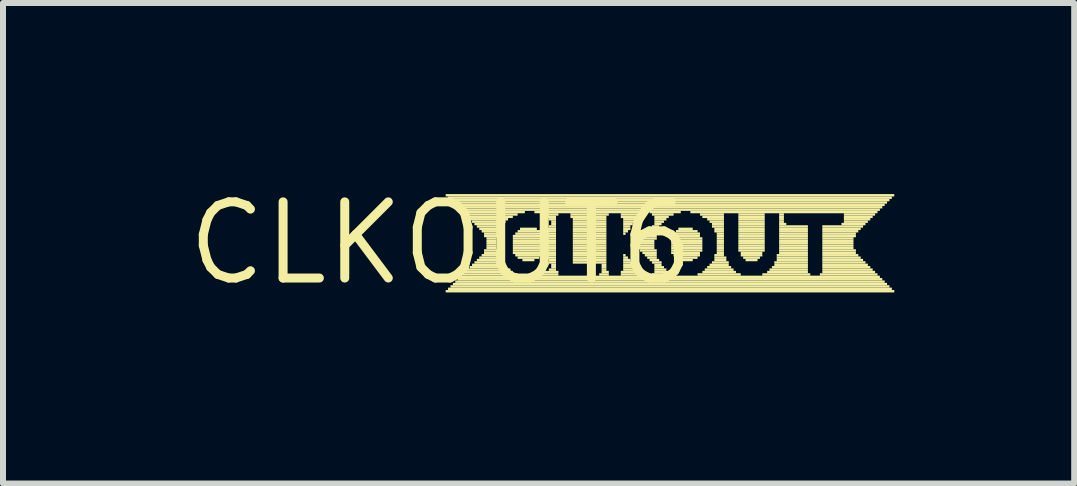
<source format=kicad_pcb>
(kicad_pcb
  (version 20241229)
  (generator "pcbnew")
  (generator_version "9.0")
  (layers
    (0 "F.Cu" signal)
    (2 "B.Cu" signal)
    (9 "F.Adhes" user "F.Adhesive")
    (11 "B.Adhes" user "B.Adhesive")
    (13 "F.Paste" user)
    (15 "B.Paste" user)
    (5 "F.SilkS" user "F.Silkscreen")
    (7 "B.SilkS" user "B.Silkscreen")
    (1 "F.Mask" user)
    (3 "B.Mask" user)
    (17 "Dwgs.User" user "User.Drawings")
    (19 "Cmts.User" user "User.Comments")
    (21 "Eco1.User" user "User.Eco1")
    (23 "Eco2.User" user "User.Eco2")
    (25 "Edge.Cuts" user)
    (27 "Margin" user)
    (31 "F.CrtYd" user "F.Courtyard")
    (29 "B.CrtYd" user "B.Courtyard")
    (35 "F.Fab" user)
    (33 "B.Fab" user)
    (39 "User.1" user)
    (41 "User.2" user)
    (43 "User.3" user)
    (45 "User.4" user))
  (footprint "CLKOUT6"
    (layer "F.Cu")
    (at 4.301 1.006)
    (property "Reference" "CLKOUT6" (at 0 0 0) (layer "F.SilkS") (effects (font (size 1.27 1.27) (thickness 0.15))))
    (fp_poly (pts (xy 0.08 -0.78) (xy 7.56 -0.78) (xy 7.56 -0.82) (xy 0.08 -0.82)) (stroke (width 0) (type default)) (fill yes) (layer "F.SilkS"))
    (fp_poly (pts (xy 0.08 0.82) (xy 7.56 0.82) (xy 7.56 0.78) (xy 0.08 0.78)) (stroke (width 0) (type default)) (fill yes) (layer "F.SilkS"))
    (fp_poly (pts (xy 0.12 -0.74) (xy 7.52 -0.74) (xy 7.52 -0.78) (xy 0.12 -0.78)) (stroke (width 0) (type default)) (fill yes) (layer "F.SilkS"))
    (fp_poly (pts (xy 0.12 0.78) (xy 7.52 0.78) (xy 7.52 0.74) (xy 0.12 0.74)) (stroke (width 0) (type default)) (fill yes) (layer "F.SilkS"))
    (fp_poly (pts (xy 0.16 -0.7) (xy 7.48 -0.7) (xy 7.48 -0.74) (xy 0.16 -0.74)) (stroke (width 0) (type default)) (fill yes) (layer "F.SilkS"))
    (fp_poly (pts (xy 0.16 0.74) (xy 7.48 0.74) (xy 7.48 0.7) (xy 0.16 0.7)) (stroke (width 0) (type default)) (fill yes) (layer "F.SilkS"))
    (fp_poly (pts (xy 0.2 -0.66) (xy 7.44 -0.66) (xy 7.44 -0.7) (xy 0.2 -0.7)) (stroke (width 0) (type default)) (fill yes) (layer "F.SilkS"))
    (fp_poly (pts (xy 0.2 0.7) (xy 7.44 0.7) (xy 7.44 0.66) (xy 0.2 0.66)) (stroke (width 0) (type default)) (fill yes) (layer "F.SilkS"))
    (fp_poly (pts (xy 0.24 -0.62) (xy 7.4 -0.62) (xy 7.4 -0.66) (xy 0.24 -0.66)) (stroke (width 0) (type default)) (fill yes) (layer "F.SilkS"))
    (fp_poly (pts (xy 0.24 0.66) (xy 7.4 0.66) (xy 7.4 0.62) (xy 0.24 0.62)) (stroke (width 0) (type default)) (fill yes) (layer "F.SilkS"))
    (fp_poly (pts (xy 0.28 -0.58) (xy 7.36 -0.58) (xy 7.36 -0.62) (xy 0.28 -0.62)) (stroke (width 0) (type default)) (fill yes) (layer "F.SilkS"))
    (fp_poly (pts (xy 0.28 0.62) (xy 7.36 0.62) (xy 7.36 0.58) (xy 0.28 0.58)) (stroke (width 0) (type default)) (fill yes) (layer "F.SilkS"))
    (fp_poly (pts (xy 0.32 -0.54) (xy 7.32 -0.54) (xy 7.32 -0.58) (xy 0.32 -0.58)) (stroke (width 0) (type default)) (fill yes) (layer "F.SilkS"))
    (fp_poly (pts (xy 0.32 0.58) (xy 7.32 0.58) (xy 7.32 0.54) (xy 0.32 0.54)) (stroke (width 0) (type default)) (fill yes) (layer "F.SilkS"))
    (fp_poly (pts (xy 0.36 -0.5) (xy 1.4 -0.5) (xy 1.4 -0.54) (xy 0.36 -0.54)) (stroke (width 0) (type default)) (fill yes) (layer "F.SilkS"))
    (fp_poly (pts (xy 0.36 0.54) (xy 1.28 0.54) (xy 1.28 0.5) (xy 0.36 0.5)) (stroke (width 0) (type default)) (fill yes) (layer "F.SilkS"))
    (fp_poly (pts (xy 0.4 -0.46) (xy 1.28 -0.46) (xy 1.28 -0.5) (xy 0.4 -0.5)) (stroke (width 0) (type default)) (fill yes) (layer "F.SilkS"))
    (fp_poly (pts (xy 0.4 0.5) (xy 1.2 0.5) (xy 1.2 0.46) (xy 0.4 0.46)) (stroke (width 0) (type default)) (fill yes) (layer "F.SilkS"))
    (fp_poly (pts (xy 0.44 -0.42) (xy 1.2 -0.42) (xy 1.2 -0.46) (xy 0.44 -0.46)) (stroke (width 0) (type default)) (fill yes) (layer "F.SilkS"))
    (fp_poly (pts (xy 0.44 0.46) (xy 1.16 0.46) (xy 1.16 0.42) (xy 0.44 0.42)) (stroke (width 0) (type default)) (fill yes) (layer "F.SilkS"))
    (fp_poly (pts (xy 0.48 -0.38) (xy 1.12 -0.38) (xy 1.12 -0.42) (xy 0.48 -0.42)) (stroke (width 0) (type default)) (fill yes) (layer "F.SilkS"))
    (fp_poly (pts (xy 0.48 0.42) (xy 1.08 0.42) (xy 1.08 0.38) (xy 0.48 0.38)) (stroke (width 0) (type default)) (fill yes) (layer "F.SilkS"))
    (fp_poly (pts (xy 0.52 -0.34) (xy 1.08 -0.34) (xy 1.08 -0.38) (xy 0.52 -0.38)) (stroke (width 0) (type default)) (fill yes) (layer "F.SilkS"))
    (fp_poly (pts (xy 0.52 0.38) (xy 1.04 0.38) (xy 1.04 0.34) (xy 0.52 0.34)) (stroke (width 0) (type default)) (fill yes) (layer "F.SilkS"))
    (fp_poly (pts (xy 0.56 -0.3) (xy 1.04 -0.3) (xy 1.04 -0.34) (xy 0.56 -0.34)) (stroke (width 0) (type default)) (fill yes) (layer "F.SilkS"))
    (fp_poly (pts (xy 0.56 0.34) (xy 1.04 0.34) (xy 1.04 0.3) (xy 0.56 0.3)) (stroke (width 0) (type default)) (fill yes) (layer "F.SilkS"))
    (fp_poly (pts (xy 0.6 -0.26) (xy 1 -0.26) (xy 1 -0.3) (xy 0.6 -0.3)) (stroke (width 0) (type default)) (fill yes) (layer "F.SilkS"))
    (fp_poly (pts (xy 0.6 0.3) (xy 1 0.3) (xy 1 0.26) (xy 0.6 0.26)) (stroke (width 0) (type default)) (fill yes) (layer "F.SilkS"))
    (fp_poly (pts (xy 0.64 -0.22) (xy 1 -0.22) (xy 1 -0.26) (xy 0.64 -0.26)) (stroke (width 0) (type default)) (fill yes) (layer "F.SilkS"))
    (fp_poly (pts (xy 0.64 0.26) (xy 1 0.26) (xy 1 0.22) (xy 0.64 0.22)) (stroke (width 0) (type default)) (fill yes) (layer "F.SilkS"))
    (fp_poly (pts (xy 0.68 -0.18) (xy 0.96 -0.18) (xy 0.96 -0.22) (xy 0.68 -0.22)) (stroke (width 0) (type default)) (fill yes) (layer "F.SilkS"))
    (fp_poly (pts (xy 0.68 0.22) (xy 0.96 0.22) (xy 0.96 0.18) (xy 0.68 0.18)) (stroke (width 0) (type default)) (fill yes) (layer "F.SilkS"))
    (fp_poly (pts (xy 0.72 -0.14) (xy 0.96 -0.14) (xy 0.96 -0.18) (xy 0.72 -0.18)) (stroke (width 0) (type default)) (fill yes) (layer "F.SilkS"))
    (fp_poly (pts (xy 0.72 -0.1) (xy 0.96 -0.1) (xy 0.96 -0.14) (xy 0.72 -0.14)) (stroke (width 0) (type default)) (fill yes) (layer "F.SilkS"))
    (fp_poly (pts (xy 0.72 0.14) (xy 0.96 0.14) (xy 0.96 0.1) (xy 0.72 0.1)) (stroke (width 0) (type default)) (fill yes) (layer "F.SilkS"))
    (fp_poly (pts (xy 0.72 0.18) (xy 0.96 0.18) (xy 0.96 0.14) (xy 0.72 0.14)) (stroke (width 0) (type default)) (fill yes) (layer "F.SilkS"))
    (fp_poly (pts (xy 0.76 -0.06) (xy 0.92 -0.06) (xy 0.92 -0.1) (xy 0.76 -0.1)) (stroke (width 0) (type default)) (fill yes) (layer "F.SilkS"))
    (fp_poly (pts (xy 0.76 -0.02) (xy 0.92 -0.02) (xy 0.92 -0.06) (xy 0.76 -0.06)) (stroke (width 0) (type default)) (fill yes) (layer "F.SilkS"))
    (fp_poly (pts (xy 0.76 0.02) (xy 0.92 0.02) (xy 0.92 -0.02) (xy 0.76 -0.02)) (stroke (width 0) (type default)) (fill yes) (layer "F.SilkS"))
    (fp_poly (pts (xy 0.76 0.06) (xy 0.92 0.06) (xy 0.92 0.02) (xy 0.76 0.02)) (stroke (width 0) (type default)) (fill yes) (layer "F.SilkS"))
    (fp_poly (pts (xy 0.76 0.1) (xy 0.92 0.1) (xy 0.92 0.06) (xy 0.76 0.06)) (stroke (width 0) (type default)) (fill yes) (layer "F.SilkS"))
    (fp_poly (pts (xy 1.2 -0.1) (xy 1.92 -0.1) (xy 1.92 -0.14) (xy 1.2 -0.14)) (stroke (width 0) (type default)) (fill yes) (layer "F.SilkS"))
    (fp_poly (pts (xy 1.2 -0.06) (xy 1.92 -0.06) (xy 1.92 -0.1) (xy 1.2 -0.1)) (stroke (width 0) (type default)) (fill yes) (layer "F.SilkS"))
    (fp_poly (pts (xy 1.2 -0.02) (xy 1.92 -0.02) (xy 1.92 -0.06) (xy 1.2 -0.06)) (stroke (width 0) (type default)) (fill yes) (layer "F.SilkS"))
    (fp_poly (pts (xy 1.2 0.02) (xy 1.92 0.02) (xy 1.92 -0.02) (xy 1.2 -0.02)) (stroke (width 0) (type default)) (fill yes) (layer "F.SilkS"))
    (fp_poly (pts (xy 1.2 0.06) (xy 1.92 0.06) (xy 1.92 0.02) (xy 1.2 0.02)) (stroke (width 0) (type default)) (fill yes) (layer "F.SilkS"))
    (fp_poly (pts (xy 1.2 0.1) (xy 1.92 0.1) (xy 1.92 0.06) (xy 1.2 0.06)) (stroke (width 0) (type default)) (fill yes) (layer "F.SilkS"))
    (fp_poly (pts (xy 1.2 0.14) (xy 1.92 0.14) (xy 1.92 0.1) (xy 1.2 0.1)) (stroke (width 0) (type default)) (fill yes) (layer "F.SilkS"))
    (fp_poly (pts (xy 1.2 0.18) (xy 1.92 0.18) (xy 1.92 0.14) (xy 1.2 0.14)) (stroke (width 0) (type default)) (fill yes) (layer "F.SilkS"))
    (fp_poly (pts (xy 1.24 -0.14) (xy 1.92 -0.14) (xy 1.92 -0.18) (xy 1.24 -0.18)) (stroke (width 0) (type default)) (fill yes) (layer "F.SilkS"))
    (fp_poly (pts (xy 1.24 0.22) (xy 1.92 0.22) (xy 1.92 0.18) (xy 1.24 0.18)) (stroke (width 0) (type default)) (fill yes) (layer "F.SilkS"))
    (fp_poly (pts (xy 1.28 -0.18) (xy 1.68 -0.18) (xy 1.68 -0.22) (xy 1.28 -0.22)) (stroke (width 0) (type default)) (fill yes) (layer "F.SilkS"))
    (fp_poly (pts (xy 1.28 0.26) (xy 1.64 0.26) (xy 1.64 0.22) (xy 1.28 0.22)) (stroke (width 0) (type default)) (fill yes) (layer "F.SilkS"))
    (fp_poly (pts (xy 1.32 -0.22) (xy 1.6 -0.22) (xy 1.6 -0.26) (xy 1.32 -0.26)) (stroke (width 0) (type default)) (fill yes) (layer "F.SilkS"))
    (fp_poly (pts (xy 1.36 0.3) (xy 1.56 0.3) (xy 1.56 0.26) (xy 1.36 0.26)) (stroke (width 0) (type default)) (fill yes) (layer "F.SilkS"))
    (fp_poly (pts (xy 1.56 -0.5) (xy 3.4 -0.5) (xy 3.4 -0.54) (xy 1.56 -0.54)) (stroke (width 0) (type default)) (fill yes) (layer "F.SilkS"))
    (fp_poly (pts (xy 1.64 0.54) (xy 1.96 0.54) (xy 1.96 0.5) (xy 1.64 0.5)) (stroke (width 0) (type default)) (fill yes) (layer "F.SilkS"))
    (fp_poly (pts (xy 1.68 -0.46) (xy 1.96 -0.46) (xy 1.96 -0.5) (xy 1.68 -0.5)) (stroke (width 0) (type default)) (fill yes) (layer "F.SilkS"))
    (fp_poly (pts (xy 1.72 -0.18) (xy 1.92 -0.18) (xy 1.92 -0.22) (xy 1.72 -0.22)) (stroke (width 0) (type default)) (fill yes) (layer "F.SilkS"))
    (fp_poly (pts (xy 1.72 0.5) (xy 1.96 0.5) (xy 1.96 0.46) (xy 1.72 0.46)) (stroke (width 0) (type default)) (fill yes) (layer "F.SilkS"))
    (fp_poly (pts (xy 1.76 -0.42) (xy 1.92 -0.42) (xy 1.92 -0.46) (xy 1.76 -0.46)) (stroke (width 0) (type default)) (fill yes) (layer "F.SilkS"))
    (fp_poly (pts (xy 1.76 -0.22) (xy 1.92 -0.22) (xy 1.92 -0.26) (xy 1.76 -0.26)) (stroke (width 0) (type default)) (fill yes) (layer "F.SilkS"))
    (fp_poly (pts (xy 1.76 0.26) (xy 1.92 0.26) (xy 1.92 0.22) (xy 1.76 0.22)) (stroke (width 0) (type default)) (fill yes) (layer "F.SilkS"))
    (fp_poly (pts (xy 1.8 -0.38) (xy 1.92 -0.38) (xy 1.92 -0.42) (xy 1.8 -0.42)) (stroke (width 0) (type default)) (fill yes) (layer "F.SilkS"))
    (fp_poly (pts (xy 1.8 -0.26) (xy 1.92 -0.26) (xy 1.92 -0.3) (xy 1.8 -0.3)) (stroke (width 0) (type default)) (fill yes) (layer "F.SilkS"))
    (fp_poly (pts (xy 1.8 0.3) (xy 1.92 0.3) (xy 1.92 0.26) (xy 1.8 0.26)) (stroke (width 0) (type default)) (fill yes) (layer "F.SilkS"))
    (fp_poly (pts (xy 1.8 0.34) (xy 1.92 0.34) (xy 1.92 0.3) (xy 1.8 0.3)) (stroke (width 0) (type default)) (fill yes) (layer "F.SilkS"))
    (fp_poly (pts (xy 1.8 0.46) (xy 1.92 0.46) (xy 1.92 0.42) (xy 1.8 0.42)) (stroke (width 0) (type default)) (fill yes) (layer "F.SilkS"))
    (fp_poly (pts (xy 1.84 -0.34) (xy 1.92 -0.34) (xy 1.92 -0.38) (xy 1.84 -0.38)) (stroke (width 0) (type default)) (fill yes) (layer "F.SilkS"))
    (fp_poly (pts (xy 1.84 -0.3) (xy 1.92 -0.3) (xy 1.92 -0.34) (xy 1.84 -0.34)) (stroke (width 0) (type default)) (fill yes) (layer "F.SilkS"))
    (fp_poly (pts (xy 1.84 0.38) (xy 1.92 0.38) (xy 1.92 0.34) (xy 1.84 0.34)) (stroke (width 0) (type default)) (fill yes) (layer "F.SilkS"))
    (fp_poly (pts (xy 1.84 0.42) (xy 1.92 0.42) (xy 1.92 0.38) (xy 1.84 0.38)) (stroke (width 0) (type default)) (fill yes) (layer "F.SilkS"))
    (fp_poly (pts (xy 2.16 -0.46) (xy 2.8 -0.46) (xy 2.8 -0.5) (xy 2.16 -0.5)) (stroke (width 0) (type default)) (fill yes) (layer "F.SilkS"))
    (fp_poly (pts (xy 2.16 -0.42) (xy 2.76 -0.42) (xy 2.76 -0.46) (xy 2.16 -0.46)) (stroke (width 0) (type default)) (fill yes) (layer "F.SilkS"))
    (fp_poly (pts (xy 2.2 -0.38) (xy 2.76 -0.38) (xy 2.76 -0.42) (xy 2.2 -0.42)) (stroke (width 0) (type default)) (fill yes) (layer "F.SilkS"))
    (fp_poly (pts (xy 2.2 -0.34) (xy 2.76 -0.34) (xy 2.76 -0.38) (xy 2.2 -0.38)) (stroke (width 0) (type default)) (fill yes) (layer "F.SilkS"))
    (fp_poly (pts (xy 2.2 -0.3) (xy 2.76 -0.3) (xy 2.76 -0.34) (xy 2.2 -0.34)) (stroke (width 0) (type default)) (fill yes) (layer "F.SilkS"))
    (fp_poly (pts (xy 2.2 -0.26) (xy 2.76 -0.26) (xy 2.76 -0.3) (xy 2.2 -0.3)) (stroke (width 0) (type default)) (fill yes) (layer "F.SilkS"))
    (fp_poly (pts (xy 2.2 -0.22) (xy 2.76 -0.22) (xy 2.76 -0.26) (xy 2.2 -0.26)) (stroke (width 0) (type default)) (fill yes) (layer "F.SilkS"))
    (fp_poly (pts (xy 2.2 -0.18) (xy 2.76 -0.18) (xy 2.76 -0.22) (xy 2.2 -0.22)) (stroke (width 0) (type default)) (fill yes) (layer "F.SilkS"))
    (fp_poly (pts (xy 2.2 -0.14) (xy 2.76 -0.14) (xy 2.76 -0.18) (xy 2.2 -0.18)) (stroke (width 0) (type default)) (fill yes) (layer "F.SilkS"))
    (fp_poly (pts (xy 2.2 -0.1) (xy 2.76 -0.1) (xy 2.76 -0.14) (xy 2.2 -0.14)) (stroke (width 0) (type default)) (fill yes) (layer "F.SilkS"))
    (fp_poly (pts (xy 2.2 -0.06) (xy 2.76 -0.06) (xy 2.76 -0.1) (xy 2.2 -0.1)) (stroke (width 0) (type default)) (fill yes) (layer "F.SilkS"))
    (fp_poly (pts (xy 2.2 -0.02) (xy 2.76 -0.02) (xy 2.76 -0.06) (xy 2.2 -0.06)) (stroke (width 0) (type default)) (fill yes) (layer "F.SilkS"))
    (fp_poly (pts (xy 2.2 0.02) (xy 2.76 0.02) (xy 2.76 -0.02) (xy 2.2 -0.02)) (stroke (width 0) (type default)) (fill yes) (layer "F.SilkS"))
    (fp_poly (pts (xy 2.2 0.06) (xy 2.76 0.06) (xy 2.76 0.02) (xy 2.2 0.02)) (stroke (width 0) (type default)) (fill yes) (layer "F.SilkS"))
    (fp_poly (pts (xy 2.2 0.1) (xy 2.76 0.1) (xy 2.76 0.06) (xy 2.2 0.06)) (stroke (width 0) (type default)) (fill yes) (layer "F.SilkS"))
    (fp_poly (pts (xy 2.2 0.14) (xy 2.76 0.14) (xy 2.76 0.1) (xy 2.2 0.1)) (stroke (width 0) (type default)) (fill yes) (layer "F.SilkS"))
    (fp_poly (pts (xy 2.2 0.18) (xy 2.76 0.18) (xy 2.76 0.14) (xy 2.2 0.14)) (stroke (width 0) (type default)) (fill yes) (layer "F.SilkS"))
    (fp_poly (pts (xy 2.2 0.22) (xy 2.76 0.22) (xy 2.76 0.18) (xy 2.2 0.18)) (stroke (width 0) (type default)) (fill yes) (layer "F.SilkS"))
    (fp_poly (pts (xy 2.2 0.26) (xy 2.76 0.26) (xy 2.76 0.22) (xy 2.2 0.22)) (stroke (width 0) (type default)) (fill yes) (layer "F.SilkS"))
    (fp_poly (pts (xy 2.2 0.3) (xy 2.76 0.3) (xy 2.76 0.26) (xy 2.2 0.26)) (stroke (width 0) (type default)) (fill yes) (layer "F.SilkS"))
    (fp_poly (pts (xy 2.2 0.34) (xy 2.76 0.34) (xy 2.76 0.3) (xy 2.2 0.3)) (stroke (width 0) (type default)) (fill yes) (layer "F.SilkS"))
    (fp_poly (pts (xy 2.64 0.54) (xy 2.8 0.54) (xy 2.8 0.5) (xy 2.64 0.5)) (stroke (width 0) (type default)) (fill yes) (layer "F.SilkS"))
    (fp_poly (pts (xy 2.68 0.38) (xy 2.76 0.38) (xy 2.76 0.34) (xy 2.68 0.34)) (stroke (width 0) (type default)) (fill yes) (layer "F.SilkS"))
    (fp_poly (pts (xy 2.68 0.42) (xy 2.76 0.42) (xy 2.76 0.38) (xy 2.68 0.38)) (stroke (width 0) (type default)) (fill yes) (layer "F.SilkS"))
    (fp_poly (pts (xy 2.68 0.46) (xy 2.76 0.46) (xy 2.76 0.42) (xy 2.68 0.42)) (stroke (width 0) (type default)) (fill yes) (layer "F.SilkS"))
    (fp_poly (pts (xy 2.68 0.5) (xy 2.8 0.5) (xy 2.8 0.46) (xy 2.68 0.46)) (stroke (width 0) (type default)) (fill yes) (layer "F.SilkS"))
    (fp_poly (pts (xy 3 -0.46) (xy 3.36 -0.46) (xy 3.36 -0.5) (xy 3 -0.5)) (stroke (width 0) (type default)) (fill yes) (layer "F.SilkS"))
    (fp_poly (pts (xy 3 -0.42) (xy 3.32 -0.42) (xy 3.32 -0.46) (xy 3 -0.46)) (stroke (width 0) (type default)) (fill yes) (layer "F.SilkS"))
    (fp_poly (pts (xy 3 0.5) (xy 3.32 0.5) (xy 3.32 0.46) (xy 3 0.46)) (stroke (width 0) (type default)) (fill yes) (layer "F.SilkS"))
    (fp_poly (pts (xy 3 0.54) (xy 3.36 0.54) (xy 3.36 0.5) (xy 3 0.5)) (stroke (width 0) (type default)) (fill yes) (layer "F.SilkS"))
    (fp_poly (pts (xy 3.04 -0.38) (xy 3.28 -0.38) (xy 3.28 -0.42) (xy 3.04 -0.42)) (stroke (width 0) (type default)) (fill yes) (layer "F.SilkS"))
    (fp_poly (pts (xy 3.04 -0.34) (xy 3.24 -0.34) (xy 3.24 -0.38) (xy 3.04 -0.38)) (stroke (width 0) (type default)) (fill yes) (layer "F.SilkS"))
    (fp_poly (pts (xy 3.04 -0.3) (xy 3.2 -0.3) (xy 3.2 -0.34) (xy 3.04 -0.34)) (stroke (width 0) (type default)) (fill yes) (layer "F.SilkS"))
    (fp_poly (pts (xy 3.04 -0.26) (xy 3.16 -0.26) (xy 3.16 -0.3) (xy 3.04 -0.3)) (stroke (width 0) (type default)) (fill yes) (layer "F.SilkS"))
    (fp_poly (pts (xy 3.04 -0.22) (xy 3.16 -0.22) (xy 3.16 -0.26) (xy 3.04 -0.26)) (stroke (width 0) (type default)) (fill yes) (layer "F.SilkS"))
    (fp_poly (pts (xy 3.04 -0.18) (xy 3.12 -0.18) (xy 3.12 -0.22) (xy 3.04 -0.22)) (stroke (width 0) (type default)) (fill yes) (layer "F.SilkS"))
    (fp_poly (pts (xy 3.04 -0.14) (xy 3.08 -0.14) (xy 3.08 -0.18) (xy 3.04 -0.18)) (stroke (width 0) (type default)) (fill yes) (layer "F.SilkS"))
    (fp_poly (pts (xy 3.04 0.22) (xy 3.08 0.22) (xy 3.08 0.18) (xy 3.04 0.18)) (stroke (width 0) (type default)) (fill yes) (layer "F.SilkS"))
    (fp_poly (pts (xy 3.04 0.26) (xy 3.12 0.26) (xy 3.12 0.22) (xy 3.04 0.22)) (stroke (width 0) (type default)) (fill yes) (layer "F.SilkS"))
    (fp_poly (pts (xy 3.04 0.3) (xy 3.16 0.3) (xy 3.16 0.26) (xy 3.04 0.26)) (stroke (width 0) (type default)) (fill yes) (layer "F.SilkS"))
    (fp_poly (pts (xy 3.04 0.34) (xy 3.2 0.34) (xy 3.2 0.3) (xy 3.04 0.3)) (stroke (width 0) (type default)) (fill yes) (layer "F.SilkS"))
    (fp_poly (pts (xy 3.04 0.38) (xy 3.24 0.38) (xy 3.24 0.34) (xy 3.04 0.34)) (stroke (width 0) (type default)) (fill yes) (layer "F.SilkS"))
    (fp_poly (pts (xy 3.04 0.42) (xy 3.28 0.42) (xy 3.28 0.38) (xy 3.04 0.38)) (stroke (width 0) (type default)) (fill yes) (layer "F.SilkS"))
    (fp_poly (pts (xy 3.04 0.46) (xy 3.28 0.46) (xy 3.28 0.42) (xy 3.04 0.42)) (stroke (width 0) (type default)) (fill yes) (layer "F.SilkS"))
    (fp_poly (pts (xy 3.24 0.02) (xy 3.56 0.02) (xy 3.56 -0.02) (xy 3.24 -0.02)) (stroke (width 0) (type default)) (fill yes) (layer "F.SilkS"))
    (fp_poly (pts (xy 3.24 0.06) (xy 3.56 0.06) (xy 3.56 0.02) (xy 3.24 0.02)) (stroke (width 0) (type default)) (fill yes) (layer "F.SilkS"))
    (fp_poly (pts (xy 3.28 -0.02) (xy 3.56 -0.02) (xy 3.56 -0.06) (xy 3.28 -0.06)) (stroke (width 0) (type default)) (fill yes) (layer "F.SilkS"))
    (fp_poly (pts (xy 3.28 0.1) (xy 3.56 0.1) (xy 3.56 0.06) (xy 3.28 0.06)) (stroke (width 0) (type default)) (fill yes) (layer "F.SilkS"))
    (fp_poly (pts (xy 3.32 -0.06) (xy 3.6 -0.06) (xy 3.6 -0.1) (xy 3.32 -0.1)) (stroke (width 0) (type default)) (fill yes) (layer "F.SilkS"))
    (fp_poly (pts (xy 3.32 0.14) (xy 3.6 0.14) (xy 3.6 0.1) (xy 3.32 0.1)) (stroke (width 0) (type default)) (fill yes) (layer "F.SilkS"))
    (fp_poly (pts (xy 3.36 -0.1) (xy 3.6 -0.1) (xy 3.6 -0.14) (xy 3.36 -0.14)) (stroke (width 0) (type default)) (fill yes) (layer "F.SilkS"))
    (fp_poly (pts (xy 3.36 0.18) (xy 3.6 0.18) (xy 3.6 0.14) (xy 3.36 0.14)) (stroke (width 0) (type default)) (fill yes) (layer "F.SilkS"))
    (fp_poly (pts (xy 3.4 -0.14) (xy 3.6 -0.14) (xy 3.6 -0.18) (xy 3.4 -0.18)) (stroke (width 0) (type default)) (fill yes) (layer "F.SilkS"))
    (fp_poly (pts (xy 3.4 0.22) (xy 3.6 0.22) (xy 3.6 0.18) (xy 3.4 0.18)) (stroke (width 0) (type default)) (fill yes) (layer "F.SilkS"))
    (fp_poly (pts (xy 3.44 -0.18) (xy 3.6 -0.18) (xy 3.6 -0.22) (xy 3.44 -0.22)) (stroke (width 0) (type default)) (fill yes) (layer "F.SilkS"))
    (fp_poly (pts (xy 3.44 0.26) (xy 3.6 0.26) (xy 3.6 0.22) (xy 3.44 0.22)) (stroke (width 0) (type default)) (fill yes) (layer "F.SilkS"))
    (fp_poly (pts (xy 3.48 -0.5) (xy 4 -0.5) (xy 4 -0.54) (xy 3.48 -0.54)) (stroke (width 0) (type default)) (fill yes) (layer "F.SilkS"))
    (fp_poly (pts (xy 3.48 -0.22) (xy 3.64 -0.22) (xy 3.64 -0.26) (xy 3.48 -0.26)) (stroke (width 0) (type default)) (fill yes) (layer "F.SilkS"))
    (fp_poly (pts (xy 3.48 0.3) (xy 3.64 0.3) (xy 3.64 0.26) (xy 3.48 0.26)) (stroke (width 0) (type default)) (fill yes) (layer "F.SilkS"))
    (fp_poly (pts (xy 3.52 -0.46) (xy 3.88 -0.46) (xy 3.88 -0.5) (xy 3.52 -0.5)) (stroke (width 0) (type default)) (fill yes) (layer "F.SilkS"))
    (fp_poly (pts (xy 3.52 -0.26) (xy 3.64 -0.26) (xy 3.64 -0.3) (xy 3.52 -0.3)) (stroke (width 0) (type default)) (fill yes) (layer "F.SilkS"))
    (fp_poly (pts (xy 3.52 0.34) (xy 3.68 0.34) (xy 3.68 0.3) (xy 3.52 0.3)) (stroke (width 0) (type default)) (fill yes) (layer "F.SilkS"))
    (fp_poly (pts (xy 3.52 0.54) (xy 3.92 0.54) (xy 3.92 0.5) (xy 3.52 0.5)) (stroke (width 0) (type default)) (fill yes) (layer "F.SilkS"))
    (fp_poly (pts (xy 3.56 -0.42) (xy 3.8 -0.42) (xy 3.8 -0.46) (xy 3.56 -0.46)) (stroke (width 0) (type default)) (fill yes) (layer "F.SilkS"))
    (fp_poly (pts (xy 3.56 -0.38) (xy 3.76 -0.38) (xy 3.76 -0.42) (xy 3.56 -0.42)) (stroke (width 0) (type default)) (fill yes) (layer "F.SilkS"))
    (fp_poly (pts (xy 3.56 -0.34) (xy 3.72 -0.34) (xy 3.72 -0.38) (xy 3.56 -0.38)) (stroke (width 0) (type default)) (fill yes) (layer "F.SilkS"))
    (fp_poly (pts (xy 3.56 -0.3) (xy 3.68 -0.3) (xy 3.68 -0.34) (xy 3.56 -0.34)) (stroke (width 0) (type default)) (fill yes) (layer "F.SilkS"))
    (fp_poly (pts (xy 3.56 0.38) (xy 3.68 0.38) (xy 3.68 0.34) (xy 3.56 0.34)) (stroke (width 0) (type default)) (fill yes) (layer "F.SilkS"))
    (fp_poly (pts (xy 3.56 0.42) (xy 3.72 0.42) (xy 3.72 0.38) (xy 3.56 0.38)) (stroke (width 0) (type default)) (fill yes) (layer "F.SilkS"))
    (fp_poly (pts (xy 3.56 0.46) (xy 3.76 0.46) (xy 3.76 0.42) (xy 3.56 0.42)) (stroke (width 0) (type default)) (fill yes) (layer "F.SilkS"))
    (fp_poly (pts (xy 3.56 0.5) (xy 3.84 0.5) (xy 3.84 0.46) (xy 3.56 0.46)) (stroke (width 0) (type default)) (fill yes) (layer "F.SilkS"))
    (fp_poly (pts (xy 3.84 -0.1) (xy 4.32 -0.1) (xy 4.32 -0.14) (xy 3.84 -0.14)) (stroke (width 0) (type default)) (fill yes) (layer "F.SilkS"))
    (fp_poly (pts (xy 3.84 -0.06) (xy 4.36 -0.06) (xy 4.36 -0.1) (xy 3.84 -0.1)) (stroke (width 0) (type default)) (fill yes) (layer "F.SilkS"))
    (fp_poly (pts (xy 3.84 -0.02) (xy 4.36 -0.02) (xy 4.36 -0.06) (xy 3.84 -0.06)) (stroke (width 0) (type default)) (fill yes) (layer "F.SilkS"))
    (fp_poly (pts (xy 3.84 0.02) (xy 4.36 0.02) (xy 4.36 -0.02) (xy 3.84 -0.02)) (stroke (width 0) (type default)) (fill yes) (layer "F.SilkS"))
    (fp_poly (pts (xy 3.84 0.06) (xy 4.36 0.06) (xy 4.36 0.02) (xy 3.84 0.02)) (stroke (width 0) (type default)) (fill yes) (layer "F.SilkS"))
    (fp_poly (pts (xy 3.84 0.1) (xy 4.36 0.1) (xy 4.36 0.06) (xy 3.84 0.06)) (stroke (width 0) (type default)) (fill yes) (layer "F.SilkS"))
    (fp_poly (pts (xy 3.84 0.14) (xy 4.36 0.14) (xy 4.36 0.1) (xy 3.84 0.1)) (stroke (width 0) (type default)) (fill yes) (layer "F.SilkS"))
    (fp_poly (pts (xy 3.84 0.18) (xy 4.32 0.18) (xy 4.32 0.14) (xy 3.84 0.14)) (stroke (width 0) (type default)) (fill yes) (layer "F.SilkS"))
    (fp_poly (pts (xy 3.88 -0.14) (xy 4.32 -0.14) (xy 4.32 -0.18) (xy 3.88 -0.18)) (stroke (width 0) (type default)) (fill yes) (layer "F.SilkS"))
    (fp_poly (pts (xy 3.88 0.22) (xy 4.32 0.22) (xy 4.32 0.18) (xy 3.88 0.18)) (stroke (width 0) (type default)) (fill yes) (layer "F.SilkS"))
    (fp_poly (pts (xy 3.92 -0.18) (xy 4.28 -0.18) (xy 4.28 -0.22) (xy 3.92 -0.22)) (stroke (width 0) (type default)) (fill yes) (layer "F.SilkS"))
    (fp_poly (pts (xy 3.92 0.26) (xy 4.28 0.26) (xy 4.28 0.22) (xy 3.92 0.22)) (stroke (width 0) (type default)) (fill yes) (layer "F.SilkS"))
    (fp_poly (pts (xy 3.96 -0.22) (xy 4.2 -0.22) (xy 4.2 -0.26) (xy 3.96 -0.26)) (stroke (width 0) (type default)) (fill yes) (layer "F.SilkS"))
    (fp_poly (pts (xy 4 0.3) (xy 4.2 0.3) (xy 4.2 0.26) (xy 4 0.26)) (stroke (width 0) (type default)) (fill yes) (layer "F.SilkS"))
    (fp_poly (pts (xy 4.16 -0.5) (xy 7.28 -0.5) (xy 7.28 -0.54) (xy 4.16 -0.54)) (stroke (width 0) (type default)) (fill yes) (layer "F.SilkS"))
    (fp_poly (pts (xy 4.28 0.54) (xy 5 0.54) (xy 5 0.5) (xy 4.28 0.5)) (stroke (width 0) (type default)) (fill yes) (layer "F.SilkS"))
    (fp_poly (pts (xy 4.32 -0.46) (xy 4.72 -0.46) (xy 4.72 -0.5) (xy 4.32 -0.5)) (stroke (width 0) (type default)) (fill yes) (layer "F.SilkS"))
    (fp_poly (pts (xy 4.36 -0.42) (xy 4.72 -0.42) (xy 4.72 -0.46) (xy 4.36 -0.46)) (stroke (width 0) (type default)) (fill yes) (layer "F.SilkS"))
    (fp_poly (pts (xy 4.36 0.5) (xy 4.92 0.5) (xy 4.92 0.46) (xy 4.36 0.46)) (stroke (width 0) (type default)) (fill yes) (layer "F.SilkS"))
    (fp_poly (pts (xy 4.4 0.46) (xy 4.88 0.46) (xy 4.88 0.42) (xy 4.4 0.42)) (stroke (width 0) (type default)) (fill yes) (layer "F.SilkS"))
    (fp_poly (pts (xy 4.44 -0.38) (xy 4.72 -0.38) (xy 4.72 -0.42) (xy 4.44 -0.42)) (stroke (width 0) (type default)) (fill yes) (layer "F.SilkS"))
    (fp_poly (pts (xy 4.44 0.42) (xy 4.84 0.42) (xy 4.84 0.38) (xy 4.44 0.38)) (stroke (width 0) (type default)) (fill yes) (layer "F.SilkS"))
    (fp_poly (pts (xy 4.48 -0.34) (xy 4.72 -0.34) (xy 4.72 -0.38) (xy 4.48 -0.38)) (stroke (width 0) (type default)) (fill yes) (layer "F.SilkS"))
    (fp_poly (pts (xy 4.48 0.38) (xy 4.8 0.38) (xy 4.8 0.34) (xy 4.48 0.34)) (stroke (width 0) (type default)) (fill yes) (layer "F.SilkS"))
    (fp_poly (pts (xy 4.52 -0.3) (xy 4.72 -0.3) (xy 4.72 -0.34) (xy 4.52 -0.34)) (stroke (width 0) (type default)) (fill yes) (layer "F.SilkS"))
    (fp_poly (pts (xy 4.52 -0.26) (xy 4.72 -0.26) (xy 4.72 -0.3) (xy 4.52 -0.3)) (stroke (width 0) (type default)) (fill yes) (layer "F.SilkS"))
    (fp_poly (pts (xy 4.52 0.34) (xy 4.8 0.34) (xy 4.8 0.3) (xy 4.52 0.3)) (stroke (width 0) (type default)) (fill yes) (layer "F.SilkS"))
    (fp_poly (pts (xy 4.56 -0.22) (xy 4.72 -0.22) (xy 4.72 -0.26) (xy 4.56 -0.26)) (stroke (width 0) (type default)) (fill yes) (layer "F.SilkS"))
    (fp_poly (pts (xy 4.56 -0.18) (xy 4.72 -0.18) (xy 4.72 -0.22) (xy 4.56 -0.22)) (stroke (width 0) (type default)) (fill yes) (layer "F.SilkS"))
    (fp_poly (pts (xy 4.56 0.22) (xy 4.72 0.22) (xy 4.72 0.18) (xy 4.56 0.18)) (stroke (width 0) (type default)) (fill yes) (layer "F.SilkS"))
    (fp_poly (pts (xy 4.56 0.26) (xy 4.76 0.26) (xy 4.76 0.22) (xy 4.56 0.22)) (stroke (width 0) (type default)) (fill yes) (layer "F.SilkS"))
    (fp_poly (pts (xy 4.56 0.3) (xy 4.76 0.3) (xy 4.76 0.26) (xy 4.56 0.26)) (stroke (width 0) (type default)) (fill yes) (layer "F.SilkS"))
    (fp_poly (pts (xy 4.6 -0.14) (xy 4.72 -0.14) (xy 4.72 -0.18) (xy 4.6 -0.18)) (stroke (width 0) (type default)) (fill yes) (layer "F.SilkS"))
    (fp_poly (pts (xy 4.6 -0.1) (xy 4.72 -0.1) (xy 4.72 -0.14) (xy 4.6 -0.14)) (stroke (width 0) (type default)) (fill yes) (layer "F.SilkS"))
    (fp_poly (pts (xy 4.6 -0.06) (xy 4.72 -0.06) (xy 4.72 -0.1) (xy 4.6 -0.1)) (stroke (width 0) (type default)) (fill yes) (layer "F.SilkS"))
    (fp_poly (pts (xy 4.6 -0.02) (xy 4.72 -0.02) (xy 4.72 -0.06) (xy 4.6 -0.06)) (stroke (width 0) (type default)) (fill yes) (layer "F.SilkS"))
    (fp_poly (pts (xy 4.6 0.02) (xy 4.72 0.02) (xy 4.72 -0.02) (xy 4.6 -0.02)) (stroke (width 0) (type default)) (fill yes) (layer "F.SilkS"))
    (fp_poly (pts (xy 4.6 0.06) (xy 4.72 0.06) (xy 4.72 0.02) (xy 4.6 0.02)) (stroke (width 0) (type default)) (fill yes) (layer "F.SilkS"))
    (fp_poly (pts (xy 4.6 0.1) (xy 4.72 0.1) (xy 4.72 0.06) (xy 4.6 0.06)) (stroke (width 0) (type default)) (fill yes) (layer "F.SilkS"))
    (fp_poly (pts (xy 4.6 0.14) (xy 4.72 0.14) (xy 4.72 0.1) (xy 4.6 0.1)) (stroke (width 0) (type default)) (fill yes) (layer "F.SilkS"))
    (fp_poly (pts (xy 4.6 0.18) (xy 4.72 0.18) (xy 4.72 0.14) (xy 4.6 0.14)) (stroke (width 0) (type default)) (fill yes) (layer "F.SilkS"))
    (fp_poly (pts (xy 4.96 -0.46) (xy 5.4 -0.46) (xy 5.4 -0.5) (xy 4.96 -0.5)) (stroke (width 0) (type default)) (fill yes) (layer "F.SilkS"))
    (fp_poly (pts (xy 4.96 -0.42) (xy 5.4 -0.42) (xy 5.4 -0.46) (xy 4.96 -0.46)) (stroke (width 0) (type default)) (fill yes) (layer "F.SilkS"))
    (fp_poly (pts (xy 4.96 -0.38) (xy 5.4 -0.38) (xy 5.4 -0.42) (xy 4.96 -0.42)) (stroke (width 0) (type default)) (fill yes) (layer "F.SilkS"))
    (fp_poly (pts (xy 4.96 -0.34) (xy 5.4 -0.34) (xy 5.4 -0.38) (xy 4.96 -0.38)) (stroke (width 0) (type default)) (fill yes) (layer "F.SilkS"))
    (fp_poly (pts (xy 4.96 -0.3) (xy 5.4 -0.3) (xy 5.4 -0.34) (xy 4.96 -0.34)) (stroke (width 0) (type default)) (fill yes) (layer "F.SilkS"))
    (fp_poly (pts (xy 4.96 -0.26) (xy 5.4 -0.26) (xy 5.4 -0.3) (xy 4.96 -0.3)) (stroke (width 0) (type default)) (fill yes) (layer "F.SilkS"))
    (fp_poly (pts (xy 4.96 -0.22) (xy 5.4 -0.22) (xy 5.4 -0.26) (xy 4.96 -0.26)) (stroke (width 0) (type default)) (fill yes) (layer "F.SilkS"))
    (fp_poly (pts (xy 4.96 -0.18) (xy 5.4 -0.18) (xy 5.4 -0.22) (xy 4.96 -0.22)) (stroke (width 0) (type default)) (fill yes) (layer "F.SilkS"))
    (fp_poly (pts (xy 4.96 -0.14) (xy 5.4 -0.14) (xy 5.4 -0.18) (xy 4.96 -0.18)) (stroke (width 0) (type default)) (fill yes) (layer "F.SilkS"))
    (fp_poly (pts (xy 4.96 -0.1) (xy 5.4 -0.1) (xy 5.4 -0.14) (xy 4.96 -0.14)) (stroke (width 0) (type default)) (fill yes) (layer "F.SilkS"))
    (fp_poly (pts (xy 4.96 -0.06) (xy 5.4 -0.06) (xy 5.4 -0.1) (xy 4.96 -0.1)) (stroke (width 0) (type default)) (fill yes) (layer "F.SilkS"))
    (fp_poly (pts (xy 4.96 -0.02) (xy 5.4 -0.02) (xy 5.4 -0.06) (xy 4.96 -0.06)) (stroke (width 0) (type default)) (fill yes) (layer "F.SilkS"))
    (fp_poly (pts (xy 4.96 0.02) (xy 5.4 0.02) (xy 5.4 -0.02) (xy 4.96 -0.02)) (stroke (width 0) (type default)) (fill yes) (layer "F.SilkS"))
    (fp_poly (pts (xy 4.96 0.06) (xy 5.4 0.06) (xy 5.4 0.02) (xy 4.96 0.02)) (stroke (width 0) (type default)) (fill yes) (layer "F.SilkS"))
    (fp_poly (pts (xy 4.96 0.1) (xy 5.4 0.1) (xy 5.4 0.06) (xy 4.96 0.06)) (stroke (width 0) (type default)) (fill yes) (layer "F.SilkS"))
    (fp_poly (pts (xy 4.96 0.14) (xy 5.4 0.14) (xy 5.4 0.1) (xy 4.96 0.1)) (stroke (width 0) (type default)) (fill yes) (layer "F.SilkS"))
    (fp_poly (pts (xy 5 0.18) (xy 5.36 0.18) (xy 5.36 0.14) (xy 5 0.14)) (stroke (width 0) (type default)) (fill yes) (layer "F.SilkS"))
    (fp_poly (pts (xy 5 0.22) (xy 5.36 0.22) (xy 5.36 0.18) (xy 5 0.18)) (stroke (width 0) (type default)) (fill yes) (layer "F.SilkS"))
    (fp_poly (pts (xy 5.04 0.26) (xy 5.32 0.26) (xy 5.32 0.22) (xy 5.04 0.22)) (stroke (width 0) (type default)) (fill yes) (layer "F.SilkS"))
    (fp_poly (pts (xy 5.08 0.3) (xy 5.28 0.3) (xy 5.28 0.26) (xy 5.08 0.26)) (stroke (width 0) (type default)) (fill yes) (layer "F.SilkS"))
    (fp_poly (pts (xy 5.36 0.54) (xy 6.16 0.54) (xy 6.16 0.5) (xy 5.36 0.5)) (stroke (width 0) (type default)) (fill yes) (layer "F.SilkS"))
    (fp_poly (pts (xy 5.44 0.5) (xy 6.12 0.5) (xy 6.12 0.46) (xy 5.44 0.46)) (stroke (width 0) (type default)) (fill yes) (layer "F.SilkS"))
    (fp_poly (pts (xy 5.48 0.46) (xy 6.12 0.46) (xy 6.12 0.42) (xy 5.48 0.42)) (stroke (width 0) (type default)) (fill yes) (layer "F.SilkS"))
    (fp_poly (pts (xy 5.52 0.42) (xy 6.12 0.42) (xy 6.12 0.38) (xy 5.52 0.38)) (stroke (width 0) (type default)) (fill yes) (layer "F.SilkS"))
    (fp_poly (pts (xy 5.56 0.34) (xy 6.12 0.34) (xy 6.12 0.3) (xy 5.56 0.3)) (stroke (width 0) (type default)) (fill yes) (layer "F.SilkS"))
    (fp_poly (pts (xy 5.56 0.38) (xy 6.12 0.38) (xy 6.12 0.34) (xy 5.56 0.34)) (stroke (width 0) (type default)) (fill yes) (layer "F.SilkS"))
    (fp_poly (pts (xy 5.6 0.22) (xy 6.12 0.22) (xy 6.12 0.18) (xy 5.6 0.18)) (stroke (width 0) (type default)) (fill yes) (layer "F.SilkS"))
    (fp_poly (pts (xy 5.6 0.26) (xy 6.12 0.26) (xy 6.12 0.22) (xy 5.6 0.22)) (stroke (width 0) (type default)) (fill yes) (layer "F.SilkS"))
    (fp_poly (pts (xy 5.6 0.3) (xy 6.12 0.3) (xy 6.12 0.26) (xy 5.6 0.26)) (stroke (width 0) (type default)) (fill yes) (layer "F.SilkS"))
    (fp_poly (pts (xy 5.64 -0.46) (xy 5.72 -0.46) (xy 5.72 -0.5) (xy 5.64 -0.5)) (stroke (width 0) (type default)) (fill yes) (layer "F.SilkS"))
    (fp_poly (pts (xy 5.64 -0.42) (xy 5.72 -0.42) (xy 5.72 -0.46) (xy 5.64 -0.46)) (stroke (width 0) (type default)) (fill yes) (layer "F.SilkS"))
    (fp_poly (pts (xy 5.64 -0.38) (xy 5.72 -0.38) (xy 5.72 -0.42) (xy 5.64 -0.42)) (stroke (width 0) (type default)) (fill yes) (layer "F.SilkS"))
    (fp_poly (pts (xy 5.64 -0.34) (xy 5.72 -0.34) (xy 5.72 -0.38) (xy 5.64 -0.38)) (stroke (width 0) (type default)) (fill yes) (layer "F.SilkS"))
    (fp_poly (pts (xy 5.64 -0.3) (xy 5.76 -0.3) (xy 5.76 -0.34) (xy 5.64 -0.34)) (stroke (width 0) (type default)) (fill yes) (layer "F.SilkS"))
    (fp_poly (pts (xy 5.64 -0.26) (xy 6.12 -0.26) (xy 6.12 -0.3) (xy 5.64 -0.3)) (stroke (width 0) (type default)) (fill yes) (layer "F.SilkS"))
    (fp_poly (pts (xy 5.64 -0.22) (xy 6.12 -0.22) (xy 6.12 -0.26) (xy 5.64 -0.26)) (stroke (width 0) (type default)) (fill yes) (layer "F.SilkS"))
    (fp_poly (pts (xy 5.64 -0.18) (xy 6.12 -0.18) (xy 6.12 -0.22) (xy 5.64 -0.22)) (stroke (width 0) (type default)) (fill yes) (layer "F.SilkS"))
    (fp_poly (pts (xy 5.64 -0.14) (xy 6.12 -0.14) (xy 6.12 -0.18) (xy 5.64 -0.18)) (stroke (width 0) (type default)) (fill yes) (layer "F.SilkS"))
    (fp_poly (pts (xy 5.64 -0.1) (xy 6.12 -0.1) (xy 6.12 -0.14) (xy 5.64 -0.14)) (stroke (width 0) (type default)) (fill yes) (layer "F.SilkS"))
    (fp_poly (pts (xy 5.64 -0.06) (xy 6.12 -0.06) (xy 6.12 -0.1) (xy 5.64 -0.1)) (stroke (width 0) (type default)) (fill yes) (layer "F.SilkS"))
    (fp_poly (pts (xy 5.64 -0.02) (xy 6.12 -0.02) (xy 6.12 -0.06) (xy 5.64 -0.06)) (stroke (width 0) (type default)) (fill yes) (layer "F.SilkS"))
    (fp_poly (pts (xy 5.64 0.02) (xy 6.12 0.02) (xy 6.12 -0.02) (xy 5.64 -0.02)) (stroke (width 0) (type default)) (fill yes) (layer "F.SilkS"))
    (fp_poly (pts (xy 5.64 0.06) (xy 6.12 0.06) (xy 6.12 0.02) (xy 5.64 0.02)) (stroke (width 0) (type default)) (fill yes) (layer "F.SilkS"))
    (fp_poly (pts (xy 5.64 0.1) (xy 6.12 0.1) (xy 6.12 0.06) (xy 5.64 0.06)) (stroke (width 0) (type default)) (fill yes) (layer "F.SilkS"))
    (fp_poly (pts (xy 5.64 0.14) (xy 6.12 0.14) (xy 6.12 0.1) (xy 5.64 0.1)) (stroke (width 0) (type default)) (fill yes) (layer "F.SilkS"))
    (fp_poly (pts (xy 5.64 0.18) (xy 6.12 0.18) (xy 6.12 0.14) (xy 5.64 0.14)) (stroke (width 0) (type default)) (fill yes) (layer "F.SilkS"))
    (fp_poly (pts (xy 6.32 0.54) (xy 7.28 0.54) (xy 7.28 0.5) (xy 6.32 0.5)) (stroke (width 0) (type default)) (fill yes) (layer "F.SilkS"))
    (fp_poly (pts (xy 6.36 -0.26) (xy 7.04 -0.26) (xy 7.04 -0.3) (xy 6.36 -0.3)) (stroke (width 0) (type default)) (fill yes) (layer "F.SilkS"))
    (fp_poly (pts (xy 6.36 -0.22) (xy 7 -0.22) (xy 7 -0.26) (xy 6.36 -0.26)) (stroke (width 0) (type default)) (fill yes) (layer "F.SilkS"))
    (fp_poly (pts (xy 6.36 -0.18) (xy 6.96 -0.18) (xy 6.96 -0.22) (xy 6.36 -0.22)) (stroke (width 0) (type default)) (fill yes) (layer "F.SilkS"))
    (fp_poly (pts (xy 6.36 -0.14) (xy 6.92 -0.14) (xy 6.92 -0.18) (xy 6.36 -0.18)) (stroke (width 0) (type default)) (fill yes) (layer "F.SilkS"))
    (fp_poly (pts (xy 6.36 -0.1) (xy 6.92 -0.1) (xy 6.92 -0.14) (xy 6.36 -0.14)) (stroke (width 0) (type default)) (fill yes) (layer "F.SilkS"))
    (fp_poly (pts (xy 6.36 -0.06) (xy 6.88 -0.06) (xy 6.88 -0.1) (xy 6.36 -0.1)) (stroke (width 0) (type default)) (fill yes) (layer "F.SilkS"))
    (fp_poly (pts (xy 6.36 -0.02) (xy 6.88 -0.02) (xy 6.88 -0.06) (xy 6.36 -0.06)) (stroke (width 0) (type default)) (fill yes) (layer "F.SilkS"))
    (fp_poly (pts (xy 6.36 0.02) (xy 6.88 0.02) (xy 6.88 -0.02) (xy 6.36 -0.02)) (stroke (width 0) (type default)) (fill yes) (layer "F.SilkS"))
    (fp_poly (pts (xy 6.36 0.06) (xy 6.88 0.06) (xy 6.88 0.02) (xy 6.36 0.02)) (stroke (width 0) (type default)) (fill yes) (layer "F.SilkS"))
    (fp_poly (pts (xy 6.36 0.1) (xy 6.88 0.1) (xy 6.88 0.06) (xy 6.36 0.06)) (stroke (width 0) (type default)) (fill yes) (layer "F.SilkS"))
    (fp_poly (pts (xy 6.36 0.14) (xy 6.92 0.14) (xy 6.92 0.1) (xy 6.36 0.1)) (stroke (width 0) (type default)) (fill yes) (layer "F.SilkS"))
    (fp_poly (pts (xy 6.36 0.18) (xy 6.92 0.18) (xy 6.92 0.14) (xy 6.36 0.14)) (stroke (width 0) (type default)) (fill yes) (layer "F.SilkS"))
    (fp_poly (pts (xy 6.36 0.22) (xy 6.96 0.22) (xy 6.96 0.18) (xy 6.36 0.18)) (stroke (width 0) (type default)) (fill yes) (layer "F.SilkS"))
    (fp_poly (pts (xy 6.36 0.26) (xy 7 0.26) (xy 7 0.22) (xy 6.36 0.22)) (stroke (width 0) (type default)) (fill yes) (layer "F.SilkS"))
    (fp_poly (pts (xy 6.36 0.3) (xy 7.04 0.3) (xy 7.04 0.26) (xy 6.36 0.26)) (stroke (width 0) (type default)) (fill yes) (layer "F.SilkS"))
    (fp_poly (pts (xy 6.36 0.34) (xy 7.08 0.34) (xy 7.08 0.3) (xy 6.36 0.3)) (stroke (width 0) (type default)) (fill yes) (layer "F.SilkS"))
    (fp_poly (pts (xy 6.36 0.38) (xy 7.12 0.38) (xy 7.12 0.34) (xy 6.36 0.34)) (stroke (width 0) (type default)) (fill yes) (layer "F.SilkS"))
    (fp_poly (pts (xy 6.36 0.42) (xy 7.16 0.42) (xy 7.16 0.38) (xy 6.36 0.38)) (stroke (width 0) (type default)) (fill yes) (layer "F.SilkS"))
    (fp_poly (pts (xy 6.36 0.46) (xy 7.2 0.46) (xy 7.2 0.42) (xy 6.36 0.42)) (stroke (width 0) (type default)) (fill yes) (layer "F.SilkS"))
    (fp_poly (pts (xy 6.36 0.5) (xy 7.24 0.5) (xy 7.24 0.46) (xy 6.36 0.46)) (stroke (width 0) (type default)) (fill yes) (layer "F.SilkS"))
    (fp_poly (pts (xy 6.68 -0.3) (xy 7.08 -0.3) (xy 7.08 -0.34) (xy 6.68 -0.34)) (stroke (width 0) (type default)) (fill yes) (layer "F.SilkS"))
    (fp_poly (pts (xy 6.72 -0.46) (xy 7.24 -0.46) (xy 7.24 -0.5) (xy 6.72 -0.5)) (stroke (width 0) (type default)) (fill yes) (layer "F.SilkS"))
    (fp_poly (pts (xy 6.72 -0.42) (xy 7.2 -0.42) (xy 7.2 -0.46) (xy 6.72 -0.46)) (stroke (width 0) (type default)) (fill yes) (layer "F.SilkS"))
    (fp_poly (pts (xy 6.72 -0.38) (xy 7.16 -0.38) (xy 7.16 -0.42) (xy 6.72 -0.42)) (stroke (width 0) (type default)) (fill yes) (layer "F.SilkS"))
    (fp_poly (pts (xy 6.72 -0.34) (xy 7.12 -0.34) (xy 7.12 -0.38) (xy 6.72 -0.38)) (stroke (width 0) (type default)) (fill yes) (layer "F.SilkS")))
  (gr_rect
    (start -3 -3)
    (end 14.861 5.012)
    (stroke (width 0.1) (type default))
    (fill no)
    (layer "Edge.Cuts")))
</source>
